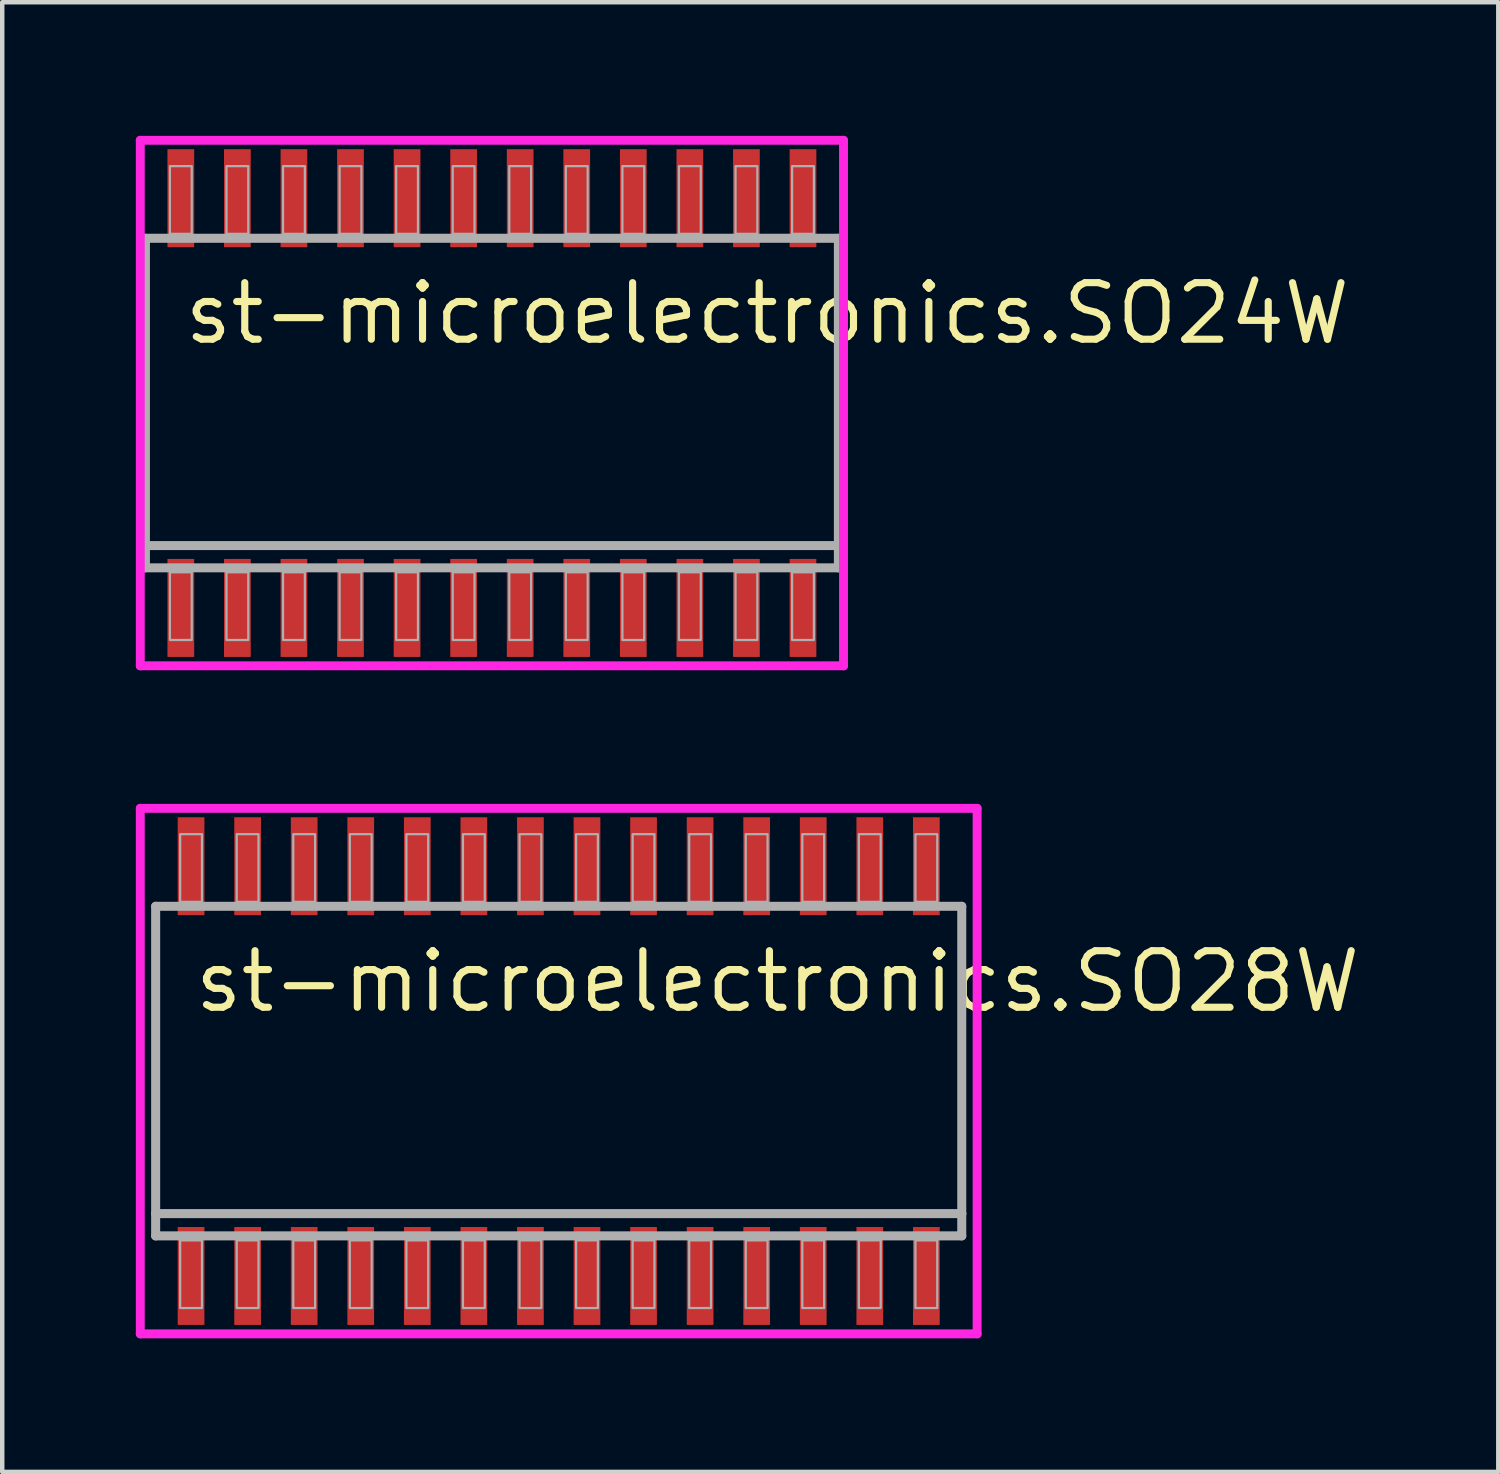
<source format=kicad_pcb>
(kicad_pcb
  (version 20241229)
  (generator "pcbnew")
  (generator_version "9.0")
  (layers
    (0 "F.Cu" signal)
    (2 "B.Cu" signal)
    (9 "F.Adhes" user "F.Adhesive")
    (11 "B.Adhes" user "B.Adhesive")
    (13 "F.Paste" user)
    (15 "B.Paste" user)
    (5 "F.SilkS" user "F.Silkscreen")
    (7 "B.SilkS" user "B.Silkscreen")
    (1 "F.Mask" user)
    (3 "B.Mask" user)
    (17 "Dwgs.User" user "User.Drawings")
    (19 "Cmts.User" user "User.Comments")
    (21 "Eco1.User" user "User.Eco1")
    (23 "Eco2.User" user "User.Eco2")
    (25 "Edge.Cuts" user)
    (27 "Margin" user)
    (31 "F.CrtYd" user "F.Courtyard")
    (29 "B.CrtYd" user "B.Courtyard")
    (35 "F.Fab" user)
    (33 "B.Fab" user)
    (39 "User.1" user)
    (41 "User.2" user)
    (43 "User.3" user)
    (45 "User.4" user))
  (footprint "st-microelectronics.SO28W"
    (layer "F.Cu")
    (at 9.495 21)
    (property "Reference" "st-microelectronics.SO28W" (at -8.255 -1.27 0) (layer "F.SilkS") (effects (font (size 1.27 1.27) (thickness 0.16)) (justify left bottom)))
    (attr smd)
    (fp_line (start -9.395 -5.9) (end 9.395 -5.9) (stroke (width 0.2) (type default)) (layer "F.CrtYd"))
    (fp_line (start -9.395 5.9) (end -9.395 -5.9) (stroke (width 0.2) (type default)) (layer "F.CrtYd"))
    (fp_line (start 9.395 -5.9) (end 9.395 5.9) (stroke (width 0.2) (type default)) (layer "F.CrtYd"))
    (fp_line (start 9.395 5.9) (end -9.395 5.9) (stroke (width 0.2) (type default)) (layer "F.CrtYd"))
    (fp_line (start -9.05 -3.7) (end 9.05 -3.7) (stroke (width 0.203) (type default)) (layer "F.Fab"))
    (fp_line (start -9.05 3.2) (end -9.05 -3.7) (stroke (width 0.203) (type default)) (layer "F.Fab"))
    (fp_line (start -9.05 3.7) (end -9.05 3.2) (stroke (width 0.203) (type default)) (layer "F.Fab"))
    (fp_line (start 9.05 -3.7) (end 9.05 3.2) (stroke (width 0.203) (type default)) (layer "F.Fab"))
    (fp_line (start 9.05 3.2) (end -9.05 3.2) (stroke (width 0.203) (type default)) (layer "F.Fab"))
    (fp_line (start 9.05 3.2) (end 9.05 3.7) (stroke (width 0.203) (type default)) (layer "F.Fab"))
    (fp_line (start 9.05 3.7) (end -9.05 3.7) (stroke (width 0.203) (type default)) (layer "F.Fab"))
    (fp_rect (start -8.5 -3.8) (end -8.01 -5.32) (stroke (width 0.05) (type default)) (fill no) (layer "F.Fab"))
    (fp_rect (start -8.5 5.32) (end -8.01 3.8) (stroke (width 0.05) (type default)) (fill no) (layer "F.Fab"))
    (fp_rect (start -7.23 -3.8) (end -6.74 -5.32) (stroke (width 0.05) (type default)) (fill no) (layer "F.Fab"))
    (fp_rect (start -7.23 5.32) (end -6.74 3.8) (stroke (width 0.05) (type default)) (fill no) (layer "F.Fab"))
    (fp_rect (start -5.96 -3.8) (end -5.47 -5.32) (stroke (width 0.05) (type default)) (fill no) (layer "F.Fab"))
    (fp_rect (start -5.96 5.32) (end -5.47 3.8) (stroke (width 0.05) (type default)) (fill no) (layer "F.Fab"))
    (fp_rect (start -4.69 -3.8) (end -4.2 -5.32) (stroke (width 0.05) (type default)) (fill no) (layer "F.Fab"))
    (fp_rect (start -4.69 5.32) (end -4.2 3.8) (stroke (width 0.05) (type default)) (fill no) (layer "F.Fab"))
    (fp_rect (start -3.42 -3.8) (end -2.93 -5.32) (stroke (width 0.05) (type default)) (fill no) (layer "F.Fab"))
    (fp_rect (start -3.42 5.32) (end -2.93 3.8) (stroke (width 0.05) (type default)) (fill no) (layer "F.Fab"))
    (fp_rect (start -2.15 -3.8) (end -1.66 -5.32) (stroke (width 0.05) (type default)) (fill no) (layer "F.Fab"))
    (fp_rect (start -2.15 5.32) (end -1.66 3.8) (stroke (width 0.05) (type default)) (fill no) (layer "F.Fab"))
    (fp_rect (start -0.88 -3.8) (end -0.39 -5.32) (stroke (width 0.05) (type default)) (fill no) (layer "F.Fab"))
    (fp_rect (start -0.88 5.32) (end -0.39 3.8) (stroke (width 0.05) (type default)) (fill no) (layer "F.Fab"))
    (fp_rect (start 0.39 -3.8) (end 0.88 -5.32) (stroke (width 0.05) (type default)) (fill no) (layer "F.Fab"))
    (fp_rect (start 0.39 5.32) (end 0.88 3.8) (stroke (width 0.05) (type default)) (fill no) (layer "F.Fab"))
    (fp_rect (start 1.66 -3.8) (end 2.15 -5.32) (stroke (width 0.05) (type default)) (fill no) (layer "F.Fab"))
    (fp_rect (start 1.66 5.32) (end 2.15 3.8) (stroke (width 0.05) (type default)) (fill no) (layer "F.Fab"))
    (fp_rect (start 2.93 -3.8) (end 3.42 -5.32) (stroke (width 0.05) (type default)) (fill no) (layer "F.Fab"))
    (fp_rect (start 2.93 5.32) (end 3.42 3.8) (stroke (width 0.05) (type default)) (fill no) (layer "F.Fab"))
    (fp_rect (start 4.2 -3.8) (end 4.69 -5.32) (stroke (width 0.05) (type default)) (fill no) (layer "F.Fab"))
    (fp_rect (start 4.2 5.32) (end 4.69 3.8) (stroke (width 0.05) (type default)) (fill no) (layer "F.Fab"))
    (fp_rect (start 5.47 -3.8) (end 5.96 -5.32) (stroke (width 0.05) (type default)) (fill no) (layer "F.Fab"))
    (fp_rect (start 5.47 5.32) (end 5.96 3.8) (stroke (width 0.05) (type default)) (fill no) (layer "F.Fab"))
    (fp_rect (start 6.74 -3.8) (end 7.23 -5.32) (stroke (width 0.05) (type default)) (fill no) (layer "F.Fab"))
    (fp_rect (start 6.74 5.32) (end 7.23 3.8) (stroke (width 0.05) (type default)) (fill no) (layer "F.Fab"))
    (fp_rect (start 8.01 -3.8) (end 8.5 -5.32) (stroke (width 0.05) (type default)) (fill no) (layer "F.Fab"))
    (fp_rect (start 8.01 5.32) (end 8.5 3.8) (stroke (width 0.05) (type default)) (fill no) (layer "F.Fab"))
    (pad "1" smd roundrect (at -8.255 4.6) (size 0.6 2.2) (layers "F.Cu" "F.Mask" "F.Paste") (roundrect_rratio 0.01))
    (pad "2" smd roundrect (at -6.985 4.6) (size 0.6 2.2) (layers "F.Cu" "F.Mask" "F.Paste") (roundrect_rratio 0.01))
    (pad "3" smd roundrect (at -5.715 4.6) (size 0.6 2.2) (layers "F.Cu" "F.Mask" "F.Paste") (roundrect_rratio 0.01))
    (pad "4" smd roundrect (at -4.445 4.6) (size 0.6 2.2) (layers "F.Cu" "F.Mask" "F.Paste") (roundrect_rratio 0.01))
    (pad "5" smd roundrect (at -3.175 4.6) (size 0.6 2.2) (layers "F.Cu" "F.Mask" "F.Paste") (roundrect_rratio 0.01))
    (pad "6" smd roundrect (at -1.905 4.6) (size 0.6 2.2) (layers "F.Cu" "F.Mask" "F.Paste") (roundrect_rratio 0.01))
    (pad "7" smd roundrect (at -0.635 4.6) (size 0.6 2.2) (layers "F.Cu" "F.Mask" "F.Paste") (roundrect_rratio 0.01))
    (pad "8" smd roundrect (at 0.635 4.6) (size 0.6 2.2) (layers "F.Cu" "F.Mask" "F.Paste") (roundrect_rratio 0.01))
    (pad "9" smd roundrect (at 1.905 4.6) (size 0.6 2.2) (layers "F.Cu" "F.Mask" "F.Paste") (roundrect_rratio 0.01))
    (pad "10" smd roundrect (at 3.175 4.6) (size 0.6 2.2) (layers "F.Cu" "F.Mask" "F.Paste") (roundrect_rratio 0.01))
    (pad "11" smd roundrect (at 4.445 4.6) (size 0.6 2.2) (layers "F.Cu" "F.Mask" "F.Paste") (roundrect_rratio 0.01))
    (pad "12" smd roundrect (at 5.715 4.6) (size 0.6 2.2) (layers "F.Cu" "F.Mask" "F.Paste") (roundrect_rratio 0.01))
    (pad "13" smd roundrect (at 6.985 4.6) (size 0.6 2.2) (layers "F.Cu" "F.Mask" "F.Paste") (roundrect_rratio 0.01))
    (pad "14" smd roundrect (at 8.255 4.6) (size 0.6 2.2) (layers "F.Cu" "F.Mask" "F.Paste") (roundrect_rratio 0.01))
    (pad "15" smd roundrect (at 8.255 -4.6) (size 0.6 2.2) (layers "F.Cu" "F.Mask" "F.Paste") (roundrect_rratio 0.01))
    (pad "16" smd roundrect (at 6.985 -4.6) (size 0.6 2.2) (layers "F.Cu" "F.Mask" "F.Paste") (roundrect_rratio 0.01))
    (pad "17" smd roundrect (at 5.715 -4.6) (size 0.6 2.2) (layers "F.Cu" "F.Mask" "F.Paste") (roundrect_rratio 0.01))
    (pad "18" smd roundrect (at 4.445 -4.6) (size 0.6 2.2) (layers "F.Cu" "F.Mask" "F.Paste") (roundrect_rratio 0.01))
    (pad "19" smd roundrect (at 3.175 -4.6) (size 0.6 2.2) (layers "F.Cu" "F.Mask" "F.Paste") (roundrect_rratio 0.01))
    (pad "20" smd roundrect (at 1.905 -4.6) (size 0.6 2.2) (layers "F.Cu" "F.Mask" "F.Paste") (roundrect_rratio 0.01))
    (pad "21" smd roundrect (at 0.635 -4.6) (size 0.6 2.2) (layers "F.Cu" "F.Mask" "F.Paste") (roundrect_rratio 0.01))
    (pad "22" smd roundrect (at -0.635 -4.6) (size 0.6 2.2) (layers "F.Cu" "F.Mask" "F.Paste") (roundrect_rratio 0.01))
    (pad "23" smd roundrect (at -1.905 -4.6) (size 0.6 2.2) (layers "F.Cu" "F.Mask" "F.Paste") (roundrect_rratio 0.01))
    (pad "24" smd roundrect (at -3.175 -4.6) (size 0.6 2.2) (layers "F.Cu" "F.Mask" "F.Paste") (roundrect_rratio 0.01))
    (pad "25" smd roundrect (at -4.445 -4.6) (size 0.6 2.2) (layers "F.Cu" "F.Mask" "F.Paste") (roundrect_rratio 0.01))
    (pad "26" smd roundrect (at -5.715 -4.6) (size 0.6 2.2) (layers "F.Cu" "F.Mask" "F.Paste") (roundrect_rratio 0.01))
    (pad "27" smd roundrect (at -6.985 -4.6) (size 0.6 2.2) (layers "F.Cu" "F.Mask" "F.Paste") (roundrect_rratio 0.01))
    (pad "28" smd roundrect (at -8.255 -4.6) (size 0.6 2.2) (layers "F.Cu" "F.Mask" "F.Paste") (roundrect_rratio 0.01)))
  (footprint "st-microelectronics.SO24W"
    (layer "F.Cu")
    (at 7.995 6)
    (property "Reference" "st-microelectronics.SO24W" (at -6.985 -1.27 0) (layer "F.SilkS") (effects (font (size 1.27 1.27) (thickness 0.16)) (justify left bottom)))
    (attr smd)
    (fp_line (start -7.895 -5.9) (end 7.895 -5.9) (stroke (width 0.2) (type default)) (layer "F.CrtYd"))
    (fp_line (start -7.895 5.9) (end -7.895 -5.9) (stroke (width 0.2) (type default)) (layer "F.CrtYd"))
    (fp_line (start 7.895 -5.9) (end 7.895 5.9) (stroke (width 0.2) (type default)) (layer "F.CrtYd"))
    (fp_line (start 7.895 5.9) (end -7.895 5.9) (stroke (width 0.2) (type default)) (layer "F.CrtYd"))
    (fp_line (start -7.78 -3.7) (end 7.78 -3.7) (stroke (width 0.203) (type default)) (layer "F.Fab"))
    (fp_line (start -7.78 3.2) (end -7.78 -3.7) (stroke (width 0.203) (type default)) (layer "F.Fab"))
    (fp_line (start -7.78 3.7) (end -7.78 3.2) (stroke (width 0.203) (type default)) (layer "F.Fab"))
    (fp_line (start 7.78 -3.7) (end 7.78 3.2) (stroke (width 0.203) (type default)) (layer "F.Fab"))
    (fp_line (start 7.78 3.2) (end -7.78 3.2) (stroke (width 0.203) (type default)) (layer "F.Fab"))
    (fp_line (start 7.78 3.2) (end 7.78 3.7) (stroke (width 0.203) (type default)) (layer "F.Fab"))
    (fp_line (start 7.78 3.7) (end -7.78 3.7) (stroke (width 0.203) (type default)) (layer "F.Fab"))
    (fp_rect (start -7.23 -3.8) (end -6.74 -5.32) (stroke (width 0.05) (type default)) (fill no) (layer "F.Fab"))
    (fp_rect (start -7.23 5.32) (end -6.74 3.8) (stroke (width 0.05) (type default)) (fill no) (layer "F.Fab"))
    (fp_rect (start -5.96 -3.8) (end -5.47 -5.32) (stroke (width 0.05) (type default)) (fill no) (layer "F.Fab"))
    (fp_rect (start -5.96 5.32) (end -5.47 3.8) (stroke (width 0.05) (type default)) (fill no) (layer "F.Fab"))
    (fp_rect (start -4.69 -3.8) (end -4.2 -5.32) (stroke (width 0.05) (type default)) (fill no) (layer "F.Fab"))
    (fp_rect (start -4.69 5.32) (end -4.2 3.8) (stroke (width 0.05) (type default)) (fill no) (layer "F.Fab"))
    (fp_rect (start -3.42 -3.8) (end -2.93 -5.32) (stroke (width 0.05) (type default)) (fill no) (layer "F.Fab"))
    (fp_rect (start -3.42 5.32) (end -2.93 3.8) (stroke (width 0.05) (type default)) (fill no) (layer "F.Fab"))
    (fp_rect (start -2.15 -3.8) (end -1.66 -5.32) (stroke (width 0.05) (type default)) (fill no) (layer "F.Fab"))
    (fp_rect (start -2.15 5.32) (end -1.66 3.8) (stroke (width 0.05) (type default)) (fill no) (layer "F.Fab"))
    (fp_rect (start -0.88 -3.8) (end -0.39 -5.32) (stroke (width 0.05) (type default)) (fill no) (layer "F.Fab"))
    (fp_rect (start -0.88 5.32) (end -0.39 3.8) (stroke (width 0.05) (type default)) (fill no) (layer "F.Fab"))
    (fp_rect (start 0.39 -3.8) (end 0.88 -5.32) (stroke (width 0.05) (type default)) (fill no) (layer "F.Fab"))
    (fp_rect (start 0.39 5.32) (end 0.88 3.8) (stroke (width 0.05) (type default)) (fill no) (layer "F.Fab"))
    (fp_rect (start 1.66 -3.8) (end 2.15 -5.32) (stroke (width 0.05) (type default)) (fill no) (layer "F.Fab"))
    (fp_rect (start 1.66 5.32) (end 2.15 3.8) (stroke (width 0.05) (type default)) (fill no) (layer "F.Fab"))
    (fp_rect (start 2.93 -3.8) (end 3.42 -5.32) (stroke (width 0.05) (type default)) (fill no) (layer "F.Fab"))
    (fp_rect (start 2.93 5.32) (end 3.42 3.8) (stroke (width 0.05) (type default)) (fill no) (layer "F.Fab"))
    (fp_rect (start 4.2 -3.8) (end 4.69 -5.32) (stroke (width 0.05) (type default)) (fill no) (layer "F.Fab"))
    (fp_rect (start 4.2 5.32) (end 4.69 3.8) (stroke (width 0.05) (type default)) (fill no) (layer "F.Fab"))
    (fp_rect (start 5.47 -3.8) (end 5.96 -5.32) (stroke (width 0.05) (type default)) (fill no) (layer "F.Fab"))
    (fp_rect (start 5.47 5.32) (end 5.96 3.8) (stroke (width 0.05) (type default)) (fill no) (layer "F.Fab"))
    (fp_rect (start 6.74 -3.8) (end 7.23 -5.32) (stroke (width 0.05) (type default)) (fill no) (layer "F.Fab"))
    (fp_rect (start 6.74 5.32) (end 7.23 3.8) (stroke (width 0.05) (type default)) (fill no) (layer "F.Fab"))
    (pad "1" smd roundrect (at -6.985 4.6) (size 0.6 2.2) (layers "F.Cu" "F.Mask" "F.Paste") (roundrect_rratio 0.01))
    (pad "2" smd roundrect (at -5.715 4.6) (size 0.6 2.2) (layers "F.Cu" "F.Mask" "F.Paste") (roundrect_rratio 0.01))
    (pad "3" smd roundrect (at -4.445 4.6) (size 0.6 2.2) (layers "F.Cu" "F.Mask" "F.Paste") (roundrect_rratio 0.01))
    (pad "4" smd roundrect (at -3.175 4.6) (size 0.6 2.2) (layers "F.Cu" "F.Mask" "F.Paste") (roundrect_rratio 0.01))
    (pad "5" smd roundrect (at -1.905 4.6) (size 0.6 2.2) (layers "F.Cu" "F.Mask" "F.Paste") (roundrect_rratio 0.01))
    (pad "6" smd roundrect (at -0.635 4.6) (size 0.6 2.2) (layers "F.Cu" "F.Mask" "F.Paste") (roundrect_rratio 0.01))
    (pad "7" smd roundrect (at 0.635 4.6) (size 0.6 2.2) (layers "F.Cu" "F.Mask" "F.Paste") (roundrect_rratio 0.01))
    (pad "8" smd roundrect (at 1.905 4.6) (size 0.6 2.2) (layers "F.Cu" "F.Mask" "F.Paste") (roundrect_rratio 0.01))
    (pad "9" smd roundrect (at 3.175 4.6) (size 0.6 2.2) (layers "F.Cu" "F.Mask" "F.Paste") (roundrect_rratio 0.01))
    (pad "10" smd roundrect (at 4.445 4.6) (size 0.6 2.2) (layers "F.Cu" "F.Mask" "F.Paste") (roundrect_rratio 0.01))
    (pad "11" smd roundrect (at 5.715 4.6) (size 0.6 2.2) (layers "F.Cu" "F.Mask" "F.Paste") (roundrect_rratio 0.01))
    (pad "12" smd roundrect (at 6.985 4.6) (size 0.6 2.2) (layers "F.Cu" "F.Mask" "F.Paste") (roundrect_rratio 0.01))
    (pad "13" smd roundrect (at 6.985 -4.6) (size 0.6 2.2) (layers "F.Cu" "F.Mask" "F.Paste") (roundrect_rratio 0.01))
    (pad "14" smd roundrect (at 5.715 -4.6) (size 0.6 2.2) (layers "F.Cu" "F.Mask" "F.Paste") (roundrect_rratio 0.01))
    (pad "15" smd roundrect (at 4.445 -4.6) (size 0.6 2.2) (layers "F.Cu" "F.Mask" "F.Paste") (roundrect_rratio 0.01))
    (pad "16" smd roundrect (at 3.175 -4.6) (size 0.6 2.2) (layers "F.Cu" "F.Mask" "F.Paste") (roundrect_rratio 0.01))
    (pad "17" smd roundrect (at 1.905 -4.6) (size 0.6 2.2) (layers "F.Cu" "F.Mask" "F.Paste") (roundrect_rratio 0.01))
    (pad "18" smd roundrect (at 0.635 -4.6) (size 0.6 2.2) (layers "F.Cu" "F.Mask" "F.Paste") (roundrect_rratio 0.01))
    (pad "19" smd roundrect (at -0.635 -4.6) (size 0.6 2.2) (layers "F.Cu" "F.Mask" "F.Paste") (roundrect_rratio 0.01))
    (pad "20" smd roundrect (at -1.905 -4.6) (size 0.6 2.2) (layers "F.Cu" "F.Mask" "F.Paste") (roundrect_rratio 0.01))
    (pad "21" smd roundrect (at -3.175 -4.6) (size 0.6 2.2) (layers "F.Cu" "F.Mask" "F.Paste") (roundrect_rratio 0.01))
    (pad "22" smd roundrect (at -4.445 -4.6) (size 0.6 2.2) (layers "F.Cu" "F.Mask" "F.Paste") (roundrect_rratio 0.01))
    (pad "23" smd roundrect (at -5.715 -4.6) (size 0.6 2.2) (layers "F.Cu" "F.Mask" "F.Paste") (roundrect_rratio 0.01))
    (pad "24" smd roundrect (at -6.985 -4.6) (size 0.6 2.2) (layers "F.Cu" "F.Mask" "F.Paste") (roundrect_rratio 0.01)))
  (gr_rect
    (start -3 -3)
    (end 30.592 30)
    (stroke (width 0.1) (type default))
    (fill no)
    (layer "Edge.Cuts")))
</source>
